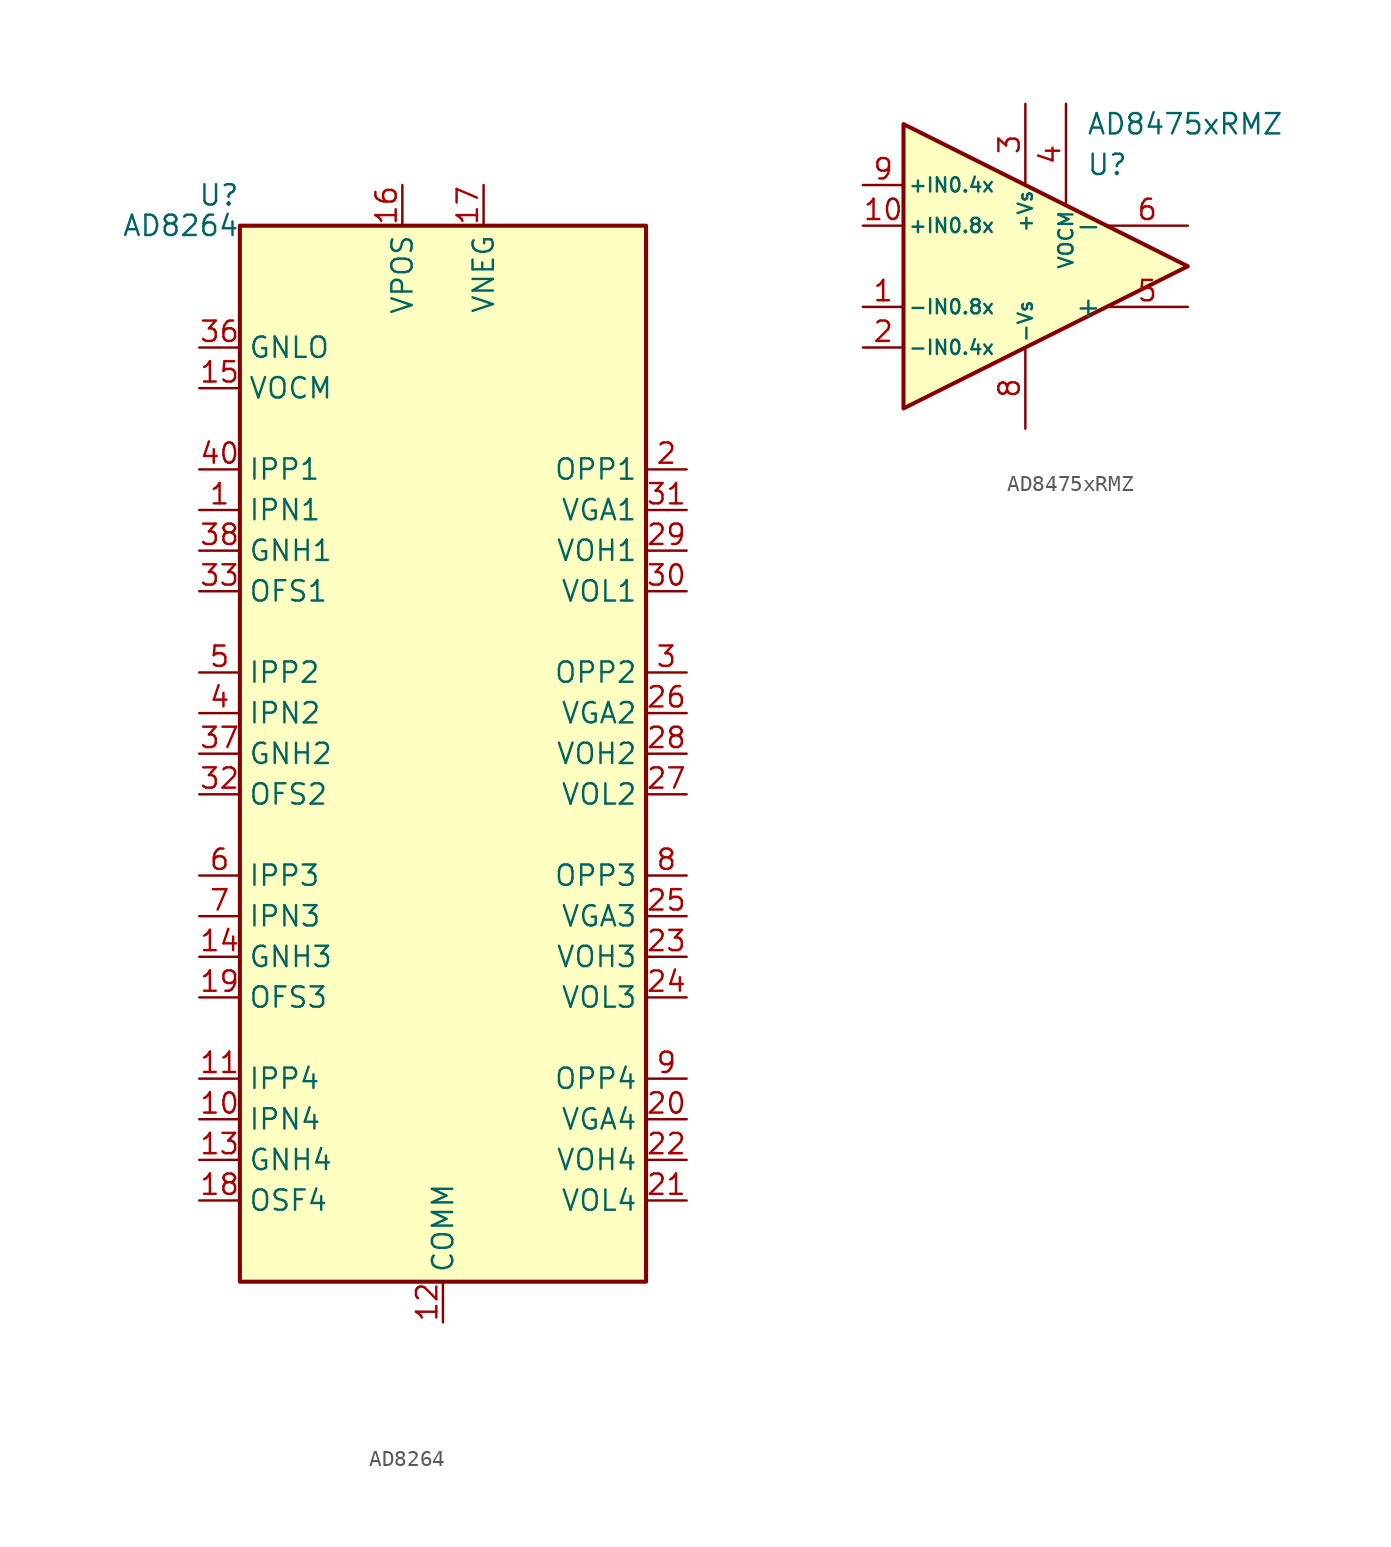
<source format=kicad_sym>
(kicad_symbol_lib
  (version 20241209)
  (generator "kicad_symbol_editor")
  (generator_version "9.0")
  (symbol "AD8264"
    (property "Reference" "U"
      (at -12.7 34.925 0)
      (effects (font (size 1.27 1.27)) (justify right)))
    (property "Value" "AD8264"
      (at -12.7 33.02 0)
      (effects (font (size 1.27 1.27)) (justify right)))
    (symbol "AD8264_0_1"
      (rectangle (start -12.7 33.02) (end 12.7 -33.02) (stroke (width 0.254) (type default)) (fill (type background))))
    (symbol "AD8264_1_1"
      (pin input line (at -15.24 25.4 0) (length 2.54) (name "GNLO" (effects (font (size 1.27 1.27)))) (number "36" (effects (font (size 1.27 1.27)))))
      (pin input line (at -15.24 22.86 0) (length 2.54) (name "VOCM" (effects (font (size 1.27 1.27)))) (number "15" (effects (font (size 1.27 1.27)))))
      (pin input line (at -15.24 17.78 0) (length 2.54) (name "IPP1" (effects (font (size 1.27 1.27)))) (number "40" (effects (font (size 1.27 1.27)))))
      (pin passive line (at -15.24 15.24 0) (length 2.54) (name "IPN1" (effects (font (size 1.27 1.27)))) (number "1" (effects (font (size 1.27 1.27)))))
      (pin input line (at -15.24 12.7 0) (length 2.54) (name "GNH1" (effects (font (size 1.27 1.27)))) (number "38" (effects (font (size 1.27 1.27)))))
      (pin input line (at -15.24 10.16 0) (length 2.54) (name "OFS1" (effects (font (size 1.27 1.27)))) (number "33" (effects (font (size 1.27 1.27)))))
      (pin input line (at -15.24 5.08 0) (length 2.54) (name "IPP2" (effects (font (size 1.27 1.27)))) (number "5" (effects (font (size 1.27 1.27)))))
      (pin passive line (at -15.24 2.54 0) (length 2.54) (name "IPN2" (effects (font (size 1.27 1.27)))) (number "4" (effects (font (size 1.27 1.27)))))
      (pin input line (at -15.24 0 0) (length 2.54) (name "GNH2" (effects (font (size 1.27 1.27)))) (number "37" (effects (font (size 1.27 1.27)))))
      (pin input line (at -15.24 -2.54 0) (length 2.54) (name "OFS2" (effects (font (size 1.27 1.27)))) (number "32" (effects (font (size 1.27 1.27)))))
      (pin input line (at -15.24 -7.62 0) (length 2.54) (name "IPP3" (effects (font (size 1.27 1.27)))) (number "6" (effects (font (size 1.27 1.27)))))
      (pin passive line (at -15.24 -10.16 0) (length 2.54) (name "IPN3" (effects (font (size 1.27 1.27)))) (number "7" (effects (font (size 1.27 1.27)))))
      (pin input line (at -15.24 -12.7 0) (length 2.54) (name "GNH3" (effects (font (size 1.27 1.27)))) (number "14" (effects (font (size 1.27 1.27)))))
      (pin input line (at -15.24 -15.24 0) (length 2.54) (name "OFS3" (effects (font (size 1.27 1.27)))) (number "19" (effects (font (size 1.27 1.27)))))
      (pin input line (at -15.24 -20.32 0) (length 2.54) (name "IPP4" (effects (font (size 1.27 1.27)))) (number "11" (effects (font (size 1.27 1.27)))))
      (pin passive line (at -15.24 -22.86 0) (length 2.54) (name "IPN4" (effects (font (size 1.27 1.27)))) (number "10" (effects (font (size 1.27 1.27)))))
      (pin input line (at -15.24 -25.4 0) (length 2.54) (name "GNH4" (effects (font (size 1.27 1.27)))) (number "13" (effects (font (size 1.27 1.27)))))
      (pin input line (at -15.24 -27.94 0) (length 2.54) (name "OSF4" (effects (font (size 1.27 1.27)))) (number "18" (effects (font (size 1.27 1.27)))))
      (pin power_in line (at -2.54 35.56 270) (length 2.54) (name "VPOS" (effects (font (size 1.27 1.27)))) (number "16" (effects (font (size 1.27 1.27)))))
      (pin passive line (at -2.54 35.56 270) (length 2.54) (hide yes) (name "VPOS" (effects (font (size 1.27 1.27)))) (number "35" (effects (font (size 1.27 1.27)))))
      (pin power_in line (at 0 -35.56 90) (length 2.54) (name "COMM" (effects (font (size 1.27 1.27)))) (number "12" (effects (font (size 1.27 1.27)))))
      (pin passive line (at 0 -35.56 90) (length 2.54) (hide yes) (name "COMM" (effects (font (size 1.27 1.27)))) (number "39" (effects (font (size 1.27 1.27)))))
      (pin passive line (at 0 -35.56 90) (length 2.54) (hide yes) (name "COMM" (effects (font (size 1.27 1.27)))) (number "41" (effects (font (size 1.27 1.27)))))
      (pin power_in line (at 2.54 35.56 270) (length 2.54) (name "VNEG" (effects (font (size 1.27 1.27)))) (number "17" (effects (font (size 1.27 1.27)))))
      (pin passive line (at 2.54 35.56 270) (length 2.54) (hide yes) (name "VNEG" (effects (font (size 1.27 1.27)))) (number "34" (effects (font (size 1.27 1.27)))))
      (pin output line (at 15.24 17.78 180) (length 2.54) (name "OPP1" (effects (font (size 1.27 1.27)))) (number "2" (effects (font (size 1.27 1.27)))))
      (pin output line (at 15.24 15.24 180) (length 2.54) (name "VGA1" (effects (font (size 1.27 1.27)))) (number "31" (effects (font (size 1.27 1.27)))))
      (pin output line (at 15.24 12.7 180) (length 2.54) (name "VOH1" (effects (font (size 1.27 1.27)))) (number "29" (effects (font (size 1.27 1.27)))))
      (pin output line (at 15.24 10.16 180) (length 2.54) (name "VOL1" (effects (font (size 1.27 1.27)))) (number "30" (effects (font (size 1.27 1.27)))))
      (pin output line (at 15.24 5.08 180) (length 2.54) (name "OPP2" (effects (font (size 1.27 1.27)))) (number "3" (effects (font (size 1.27 1.27)))))
      (pin output line (at 15.24 2.54 180) (length 2.54) (name "VGA2" (effects (font (size 1.27 1.27)))) (number "26" (effects (font (size 1.27 1.27)))))
      (pin output line (at 15.24 0 180) (length 2.54) (name "VOH2" (effects (font (size 1.27 1.27)))) (number "28" (effects (font (size 1.27 1.27)))))
      (pin output line (at 15.24 -2.54 180) (length 2.54) (name "VOL2" (effects (font (size 1.27 1.27)))) (number "27" (effects (font (size 1.27 1.27)))))
      (pin output line (at 15.24 -7.62 180) (length 2.54) (name "OPP3" (effects (font (size 1.27 1.27)))) (number "8" (effects (font (size 1.27 1.27)))))
      (pin output line (at 15.24 -10.16 180) (length 2.54) (name "VGA3" (effects (font (size 1.27 1.27)))) (number "25" (effects (font (size 1.27 1.27)))))
      (pin output line (at 15.24 -12.7 180) (length 2.54) (name "VOH3" (effects (font (size 1.27 1.27)))) (number "23" (effects (font (size 1.27 1.27)))))
      (pin output line (at 15.24 -15.24 180) (length 2.54) (name "VOL3" (effects (font (size 1.27 1.27)))) (number "24" (effects (font (size 1.27 1.27)))))
      (pin output line (at 15.24 -20.32 180) (length 2.54) (name "OPP4" (effects (font (size 1.27 1.27)))) (number "9" (effects (font (size 1.27 1.27)))))
      (pin output line (at 15.24 -22.86 180) (length 2.54) (name "VGA4" (effects (font (size 1.27 1.27)))) (number "20" (effects (font (size 1.27 1.27)))))
      (pin output line (at 15.24 -25.4 180) (length 2.54) (name "VOH4" (effects (font (size 1.27 1.27)))) (number "22" (effects (font (size 1.27 1.27)))))
      (pin output line (at 15.24 -27.94 180) (length 2.54) (name "VOL4" (effects (font (size 1.27 1.27)))) (number "21" (effects (font (size 1.27 1.27)))))))
  (symbol "AD8475xRMZ"
    (pin_names
      (offset 0.254))
    (property "Reference" "U"
      (at 3.81 6.35 0)
      (effects (font (size 1.27 1.27)) (justify left)))
    (property "Value" "AD8475xRMZ"
      (at 3.81 8.89 0)
      (effects (font (size 1.27 1.27)) (justify left)))
    (symbol "AD8475xRMZ_0_1"
      (polyline (pts (xy -7.62 8.89) (xy -7.62 -8.89) (xy 10.16 0) (xy -7.62 8.89)) (stroke (width 0.254) (type default)) (fill (type background))))
    (symbol "AD8475xRMZ_1_1"
      (pin input line (at -10.16 5.08 0) (length 2.54) (name "+IN0.4x" (effects (font (size 0.889 0.889)))) (number "9" (effects (font (size 1.27 1.27)))))
      (pin input line (at -10.16 2.54 0) (length 2.54) (name "+IN0.8x" (effects (font (size 0.889 0.889)))) (number "10" (effects (font (size 1.27 1.27)))))
      (pin input line (at -10.16 -2.54 0) (length 2.54) (name "-IN0.8x" (effects (font (size 0.889 0.889)))) (number "1" (effects (font (size 1.27 1.27)))))
      (pin input line (at -10.16 -5.08 0) (length 2.54) (name "-IN0.4x" (effects (font (size 0.889 0.889)))) (number "2" (effects (font (size 1.27 1.27)))))
      (pin no_connect line (at -7.62 -7.62 0) (length 2.54) (hide yes) (name "NC" (effects (font (size 1.27 1.27)))) (number "7" (effects (font (size 1.27 1.27)))))
      (pin power_in line (at 0 10.16 270) (length 5.08) (name "+Vs" (effects (font (size 0.889 0.889)))) (number "3" (effects (font (size 1.27 1.27)))))
      (pin power_in line (at 0 -10.16 90) (length 5.08) (name "-Vs" (effects (font (size 0.889 0.889)))) (number "8" (effects (font (size 1.27 1.27)))))
      (pin power_in line (at 2.54 10.16 270) (length 6.35) (name "VOCM" (effects (font (size 0.889 0.889)))) (number "4" (effects (font (size 1.27 1.27)))))
      (pin output line (at 10.16 2.54 180) (length 5.08) (name "-" (effects (font (size 1.27 1.27)))) (number "6" (effects (font (size 1.27 1.27)))))
      (pin output line (at 10.16 -2.54 180) (length 5.08) (name "+" (effects (font (size 1.27 1.27)))) (number "5" (effects (font (size 1.27 1.27))))))))
</source>
